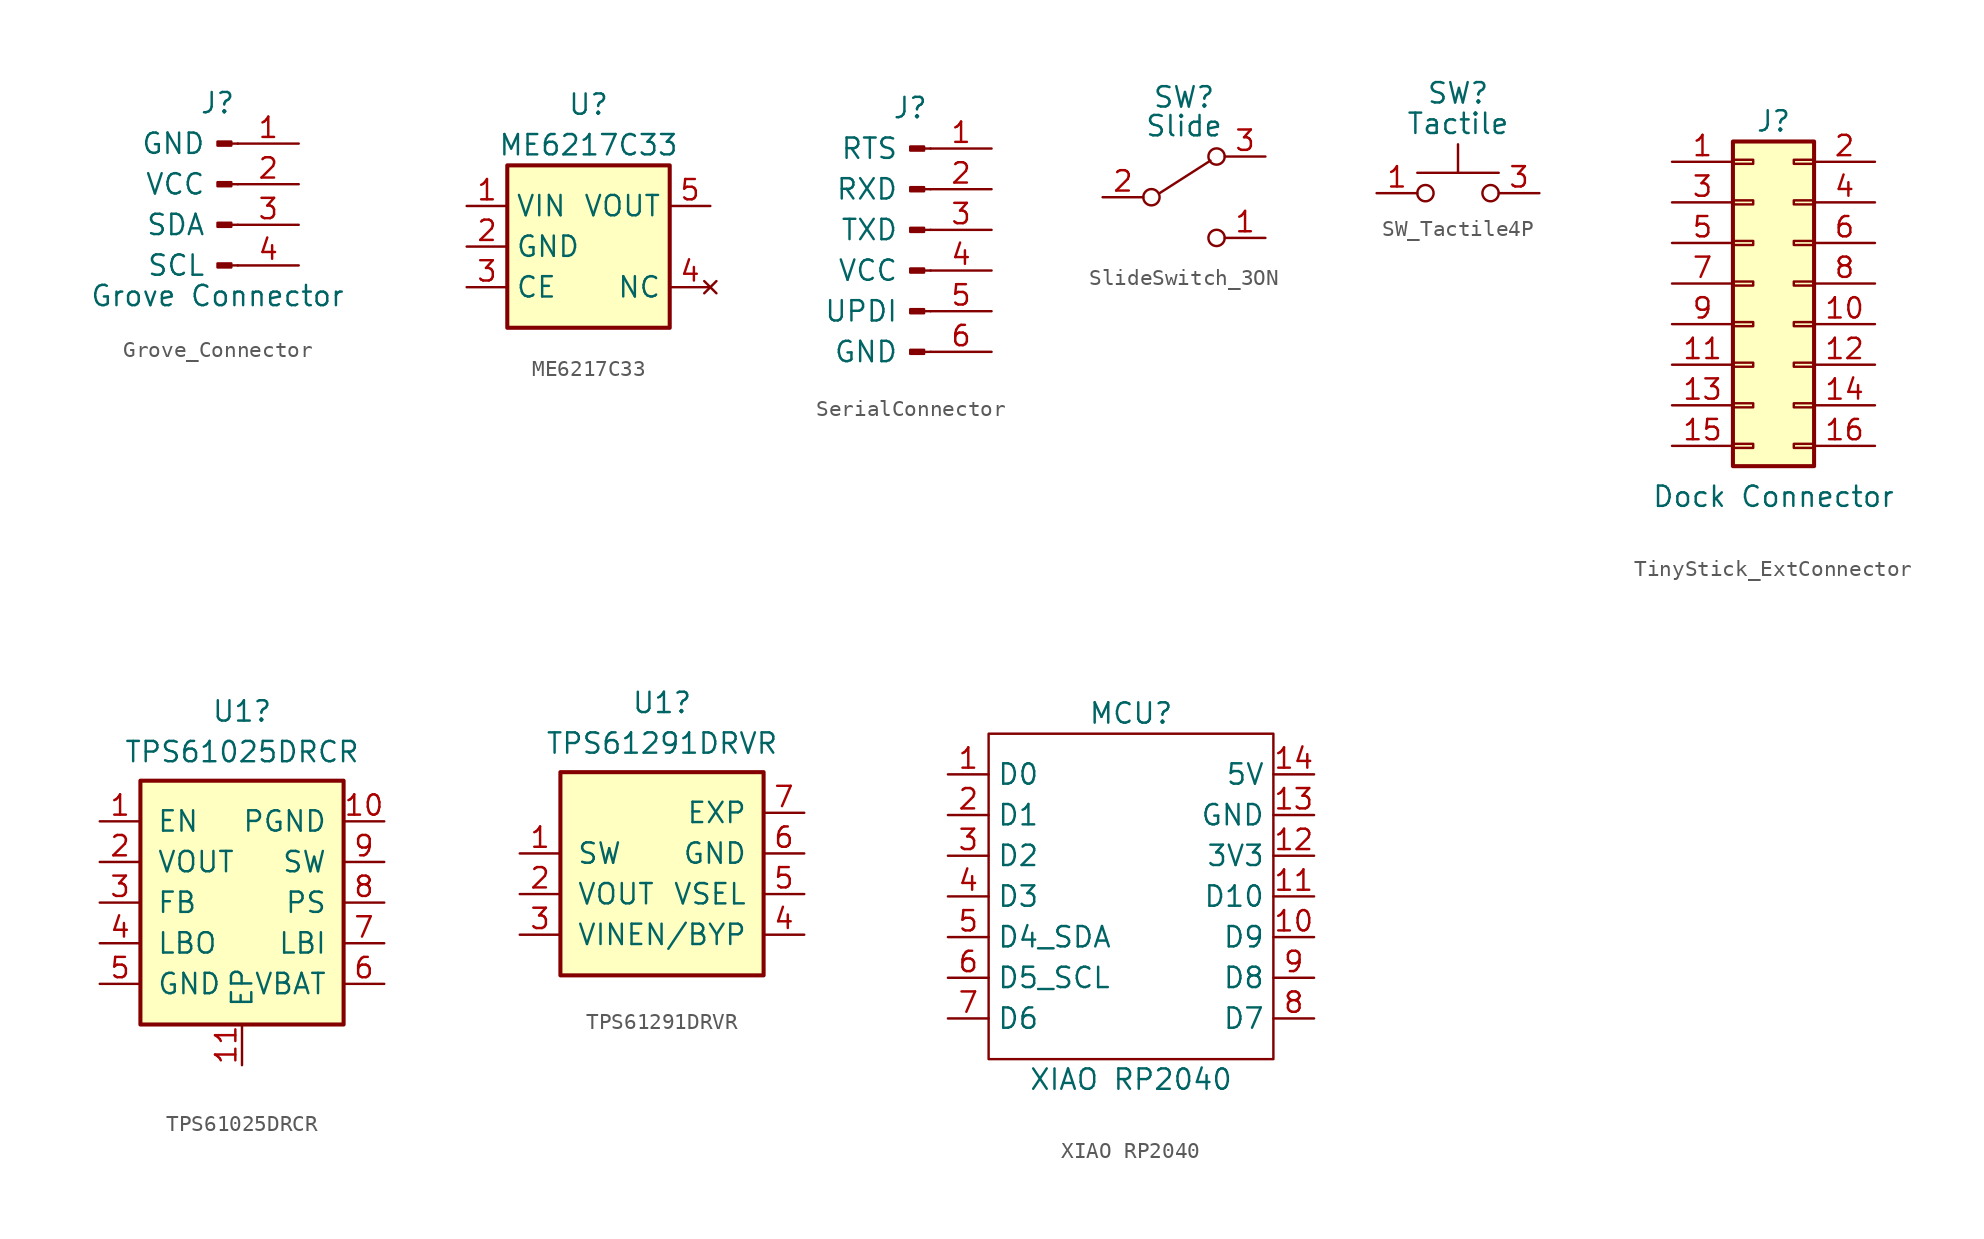
<source format=kicad_sym>
(kicad_symbol_lib
  (version 20220914)
  (generator kicad_symbol_editor)
  (symbol "Grove_Connector"
    (pin_names
      (offset 2))
    (property "Reference" "J"
      (at 0 5.08 0)
      (effects (font (size 1.27 1.27))))
    (property "Value" "Grove Connector"
      (at 0 -6.985 0)
      (effects (font (size 1.27 1.27))))
    (symbol "Grove_Connector_1_1"
      (polyline (pts (xy 1.27 -5.08) (xy 0.864 -5.08)) (stroke (width 0.152) (type default)) (fill (type none)))
      (polyline (pts (xy 1.27 -2.54) (xy 0.864 -2.54)) (stroke (width 0.152) (type default)) (fill (type none)))
      (polyline (pts (xy 1.27 0) (xy 0.864 0)) (stroke (width 0.152) (type default)) (fill (type none)))
      (polyline (pts (xy 1.27 2.54) (xy 0.864 2.54)) (stroke (width 0.152) (type default)) (fill (type none)))
      (rectangle (start 0 2.667) (end 0.864 2.413) (stroke (width 0.152) (type default)) (fill (type outline)))
      (rectangle (start 0.864 -4.953) (end 0 -5.207) (stroke (width 0.152) (type default)) (fill (type outline)))
      (rectangle (start 0.864 -2.413) (end 0 -2.667) (stroke (width 0.152) (type default)) (fill (type outline)))
      (rectangle (start 0.864 0.127) (end 0 -0.127) (stroke (width 0.152) (type default)) (fill (type outline)))
      (pin power_out line (at 5.08 2.54 180) (length 3.81) (name "GND" (effects (font (size 1.27 1.27)))) (number "1" (effects (font (size 1.27 1.27)))))
      (pin power_out line (at 5.08 0 180) (length 3.81) (name "VCC" (effects (font (size 1.27 1.27)))) (number "2" (effects (font (size 1.27 1.27)))))
      (pin bidirectional line (at 5.08 -2.54 180) (length 3.81) (name "SDA" (effects (font (size 1.27 1.27)))) (number "3" (effects (font (size 1.27 1.27)))))
      (pin output line (at 5.08 -5.08 180) (length 3.81) (name "SCL" (effects (font (size 1.27 1.27)))) (number "4" (effects (font (size 1.27 1.27)))))))
  (symbol "ME6217C33"
    (property "Reference" "U"
      (at 0 8.89 0)
      (effects (font (size 1.27 1.27))))
    (property "Value" "ME6217C33"
      (at 0 6.35 0)
      (effects (font (size 1.27 1.27))))
    (symbol "ME6217C33_0_1"
      (rectangle (start -5.08 5.08) (end 5.08 -5.08) (stroke (width 0.254) (type default)) (fill (type background))))
    (symbol "ME6217C33_1_1"
      (pin power_in line (at -7.62 2.54 0) (length 2.54) (name "VIN" (effects (font (size 1.27 1.27)))) (number "1" (effects (font (size 1.27 1.27)))))
      (pin power_in line (at -7.62 0 0) (length 2.54) (name "GND" (effects (font (size 1.27 1.27)))) (number "2" (effects (font (size 1.27 1.27)))))
      (pin input line (at -7.62 -2.54 0) (length 2.54) (name "CE" (effects (font (size 1.27 1.27)))) (number "3" (effects (font (size 1.27 1.27)))))
      (pin no_connect line (at 7.62 -2.54 180) (length 2.54) (name "NC" (effects (font (size 1.27 1.27)))) (number "4" (effects (font (size 1.27 1.27)))))
      (pin power_out line (at 7.62 2.54 180) (length 2.54) (name "VOUT" (effects (font (size 1.27 1.27)))) (number "5" (effects (font (size 1.27 1.27)))))))
  (symbol "SerialConnector"
    (pin_names
      (offset 2))
    (property "Reference" "J"
      (at 0 7.62 0)
      (effects (font (size 1.27 1.27))))
    (symbol "SerialConnector_1_1"
      (polyline (pts (xy 1.27 -7.62) (xy 0.864 -7.62)) (stroke (width 0.152) (type default)) (fill (type none)))
      (polyline (pts (xy 1.27 -5.08) (xy 0.864 -5.08)) (stroke (width 0.152) (type default)) (fill (type none)))
      (polyline (pts (xy 1.27 -2.54) (xy 0.864 -2.54)) (stroke (width 0.152) (type default)) (fill (type none)))
      (polyline (pts (xy 1.27 0) (xy 0.864 0)) (stroke (width 0.152) (type default)) (fill (type none)))
      (polyline (pts (xy 1.27 2.54) (xy 0.864 2.54)) (stroke (width 0.152) (type default)) (fill (type none)))
      (polyline (pts (xy 1.27 5.08) (xy 0.864 5.08)) (stroke (width 0.152) (type default)) (fill (type none)))
      (rectangle (start 0.864 -7.493) (end 0 -7.747) (stroke (width 0.152) (type default)) (fill (type outline)))
      (rectangle (start 0.864 -4.953) (end 0 -5.207) (stroke (width 0.152) (type default)) (fill (type outline)))
      (rectangle (start 0.864 -2.413) (end 0 -2.667) (stroke (width 0.152) (type default)) (fill (type outline)))
      (rectangle (start 0.864 0.127) (end 0 -0.127) (stroke (width 0.152) (type default)) (fill (type outline)))
      (rectangle (start 0.864 2.667) (end 0 2.413) (stroke (width 0.152) (type default)) (fill (type outline)))
      (rectangle (start 0.864 5.207) (end 0 4.953) (stroke (width 0.152) (type default)) (fill (type outline)))
      (pin passive line (at 5.08 5.08 180) (length 3.81) (name "RTS" (effects (font (size 1.27 1.27)))) (number "1" (effects (font (size 1.27 1.27)))))
      (pin passive line (at 5.08 2.54 180) (length 3.81) (name "RXD" (effects (font (size 1.27 1.27)))) (number "2" (effects (font (size 1.27 1.27)))))
      (pin passive line (at 5.08 0 180) (length 3.81) (name "TXD" (effects (font (size 1.27 1.27)))) (number "3" (effects (font (size 1.27 1.27)))))
      (pin passive line (at 5.08 -2.54 180) (length 3.81) (name "VCC" (effects (font (size 1.27 1.27)))) (number "4" (effects (font (size 1.27 1.27)))))
      (pin passive line (at 5.08 -5.08 180) (length 3.81) (name "UPDI" (effects (font (size 1.27 1.27)))) (number "5" (effects (font (size 1.27 1.27)))))
      (pin passive line (at 5.08 -7.62 180) (length 3.81) (name "GND" (effects (font (size 1.27 1.27)))) (number "6" (effects (font (size 1.27 1.27)))))))
  (symbol "SlideSwitch_3ON"
    (pin_names
      (offset 0) hide)
    (property "Reference" "SW"
      (at 0 6.985 0)
      (effects (font (size 1.27 1.27)) (justify top)))
    (property "Value" "Slide"
      (at 0 4.445 0)
      (effects (font (size 1.27 1.27))))
    (symbol "SlideSwitch_3ON_0_0"
      (circle (center -2.032 0) (radius 0.508) (stroke (width 0) (type default)) (fill (type none)))
      (circle (center 2.032 -2.54) (radius 0.508) (stroke (width 0) (type default)) (fill (type none))))
    (symbol "SlideSwitch_3ON_0_1"
      (polyline (pts (xy -1.524 0.254) (xy 1.651 2.286)) (stroke (width 0) (type default)) (fill (type none)))
      (circle (center 2.032 2.54) (radius 0.508) (stroke (width 0) (type default)) (fill (type none))))
    (symbol "SlideSwitch_3ON_1_1"
      (pin passive line (at 5.08 -2.54 180) (length 2.54) (name "C" (effects (font (size 1.27 1.27)))) (number "1" (effects (font (size 1.27 1.27)))))
      (pin passive line (at -5.08 0 0) (length 2.54) (name "B" (effects (font (size 1.27 1.27)))) (number "2" (effects (font (size 1.27 1.27)))))
      (pin passive line (at 5.08 2.54 180) (length 2.54) (name "A" (effects (font (size 1.27 1.27)))) (number "3" (effects (font (size 1.27 1.27)))))))
  (symbol "SW_Tactile4P"
    (pin_names
      (offset 1.016) hide)
    (property "Reference" "SW"
      (at 0 6.985 0)
      (effects (font (size 1.27 1.27)) (justify top)))
    (property "Value" "Tactile"
      (at 0 5.08 0)
      (effects (font (size 1.27 1.27)) (justify top)))
    (symbol "SW_Tactile4P_0_1"
      (circle (center -2.032 0) (radius 0.508) (stroke (width 0) (type default)) (fill (type none)))
      (polyline (pts (xy 0 1.27) (xy 0 3.048)) (stroke (width 0) (type default)) (fill (type none)))
      (polyline (pts (xy 2.54 1.27) (xy -2.54 1.27)) (stroke (width 0) (type default)) (fill (type none)))
      (circle (center 2.032 0) (radius 0.508) (stroke (width 0) (type default)) (fill (type none)))
      (pin passive line (at -5.08 0 0) (length 2.54) (name "1" (effects (font (size 1.27 1.27)))) (number "1" (effects (font (size 1.27 1.27))))))
    (symbol "SW_Tactile4P_1_1"
      (pin passive line (at -5.08 0 0) (length 1.9) hide (name "2" (effects (font (size 1.27 1.27)))) (number "2" (effects (font (size 1.27 1.27)))))
      (pin passive line (at 5.08 0 180) (length 2.54) (name "3" (effects (font (size 1.27 1.27)))) (number "3" (effects (font (size 1.27 1.27)))))
      (pin passive line (at 5.08 0 180) (length 1.9) hide (name "4" (effects (font (size 1.27 1.27)))) (number "4" (effects (font (size 1.27 1.27)))))))
  (symbol "TinyStick_ExtConnector"
    (pin_names
      (offset 1.016) hide)
    (property "Reference" "J"
      (at 0 11.43 0)
      (effects (font (size 1.27 1.27))))
    (property "Value" "Dock Connector"
      (at 0 -12.065 0)
      (effects (font (size 1.27 1.27))))
    (symbol "TinyStick_ExtConnector_1_1"
      (rectangle (start -2.54 -8.763) (end -1.27 -9.017) (stroke (width 0.152) (type default)) (fill (type none)))
      (rectangle (start -2.54 -6.223) (end -1.27 -6.477) (stroke (width 0.152) (type default)) (fill (type none)))
      (rectangle (start -2.54 -3.683) (end -1.27 -3.937) (stroke (width 0.152) (type default)) (fill (type none)))
      (rectangle (start -2.54 -1.143) (end -1.27 -1.397) (stroke (width 0.152) (type default)) (fill (type none)))
      (rectangle (start -2.54 1.397) (end -1.27 1.143) (stroke (width 0.152) (type default)) (fill (type none)))
      (rectangle (start -2.54 3.937) (end -1.27 3.683) (stroke (width 0.152) (type default)) (fill (type none)))
      (rectangle (start -2.54 6.477) (end -1.27 6.223) (stroke (width 0.152) (type default)) (fill (type none)))
      (rectangle (start -2.54 9.017) (end -1.27 8.763) (stroke (width 0.152) (type default)) (fill (type none)))
      (rectangle (start -2.54 10.16) (end 2.54 -10.16) (stroke (width 0.254) (type default)) (fill (type background)))
      (rectangle (start 2.54 -8.763) (end 1.27 -9.017) (stroke (width 0.152) (type default)) (fill (type none)))
      (rectangle (start 2.54 -6.223) (end 1.27 -6.477) (stroke (width 0.152) (type default)) (fill (type none)))
      (rectangle (start 2.54 -3.683) (end 1.27 -3.937) (stroke (width 0.152) (type default)) (fill (type none)))
      (rectangle (start 2.54 -1.143) (end 1.27 -1.397) (stroke (width 0.152) (type default)) (fill (type none)))
      (rectangle (start 2.54 1.397) (end 1.27 1.143) (stroke (width 0.152) (type default)) (fill (type none)))
      (rectangle (start 2.54 3.937) (end 1.27 3.683) (stroke (width 0.152) (type default)) (fill (type none)))
      (rectangle (start 2.54 6.477) (end 1.27 6.223) (stroke (width 0.152) (type default)) (fill (type none)))
      (rectangle (start 2.54 9.017) (end 1.27 8.763) (stroke (width 0.152) (type default)) (fill (type none)))
      (pin passive line (at -6.35 8.89 0) (length 3.81) (name "Pin_1" (effects (font (size 1.27 1.27)))) (number "1" (effects (font (size 1.27 1.27)))))
      (pin passive line (at 6.35 -1.27 180) (length 3.81) (name "Pin_10" (effects (font (size 1.27 1.27)))) (number "10" (effects (font (size 1.27 1.27)))))
      (pin passive line (at -6.35 -3.81 0) (length 3.81) (name "Pin_11" (effects (font (size 1.27 1.27)))) (number "11" (effects (font (size 1.27 1.27)))))
      (pin passive line (at 6.35 -3.81 180) (length 3.81) (name "Pin_12" (effects (font (size 1.27 1.27)))) (number "12" (effects (font (size 1.27 1.27)))))
      (pin passive line (at -6.35 -6.35 0) (length 3.81) (name "Pin_13" (effects (font (size 1.27 1.27)))) (number "13" (effects (font (size 1.27 1.27)))))
      (pin passive line (at 6.35 -6.35 180) (length 3.81) (name "Pin_14" (effects (font (size 1.27 1.27)))) (number "14" (effects (font (size 1.27 1.27)))))
      (pin passive line (at -6.35 -8.89 0) (length 3.81) (name "Pin_15" (effects (font (size 1.27 1.27)))) (number "15" (effects (font (size 1.27 1.27)))))
      (pin passive line (at 6.35 -8.89 180) (length 3.81) (name "Pin_16" (effects (font (size 1.27 1.27)))) (number "16" (effects (font (size 1.27 1.27)))))
      (pin passive line (at 6.35 8.89 180) (length 3.81) (name "Pin_2" (effects (font (size 1.27 1.27)))) (number "2" (effects (font (size 1.27 1.27)))))
      (pin passive line (at -6.35 6.35 0) (length 3.81) (name "Pin_3" (effects (font (size 1.27 1.27)))) (number "3" (effects (font (size 1.27 1.27)))))
      (pin passive line (at 6.35 6.35 180) (length 3.81) (name "Pin_4" (effects (font (size 1.27 1.27)))) (number "4" (effects (font (size 1.27 1.27)))))
      (pin passive line (at -6.35 3.81 0) (length 3.81) (name "Pin_5" (effects (font (size 1.27 1.27)))) (number "5" (effects (font (size 1.27 1.27)))))
      (pin passive line (at 6.35 3.81 180) (length 3.81) (name "Pin_6" (effects (font (size 1.27 1.27)))) (number "6" (effects (font (size 1.27 1.27)))))
      (pin passive line (at -6.35 1.27 0) (length 3.81) (name "Pin_7" (effects (font (size 1.27 1.27)))) (number "7" (effects (font (size 1.27 1.27)))))
      (pin passive line (at 6.35 1.27 180) (length 3.81) (name "Pin_8" (effects (font (size 1.27 1.27)))) (number "8" (effects (font (size 1.27 1.27)))))
      (pin passive line (at -6.35 -1.27 0) (length 3.81) (name "Pin_9" (effects (font (size 1.27 1.27)))) (number "9" (effects (font (size 1.27 1.27)))))))
  (symbol "TPS61025DRCR"
    (pin_names
      (offset 1.016))
    (property "Reference" "U1"
      (at 0 12.7 0)
      (effects (font (size 1.27 1.27)) (justify top)))
    (property "Value" "TPS61025DRCR"
      (at 0 10.16 0)
      (effects (font (size 1.27 1.27)) (justify top)))
    (symbol "TPS61025DRCR_1_0"
      (rectangle (start -6.35 7.62) (end 6.35 -7.62) (stroke (width 0.254) (type default)) (fill (type background)))
      (pin input line (at -8.89 5.08 0) (length 2.54) (name "EN" (effects (font (size 1.27 1.27)))) (number "1" (effects (font (size 1.27 1.27)))))
      (pin power_in line (at 8.89 5.08 180) (length 2.54) (name "PGND" (effects (font (size 1.27 1.27)))) (number "10" (effects (font (size 1.27 1.27)))))
      (pin power_in line (at 0 -10.16 90) (length 2.54) (name "EP" (effects (font (size 1.27 1.27)))) (number "11" (effects (font (size 1.27 1.27)))))
      (pin output line (at -8.89 2.54 0) (length 2.54) (name "VOUT" (effects (font (size 1.27 1.27)))) (number "2" (effects (font (size 1.27 1.27)))))
      (pin input line (at -8.89 0 0) (length 2.54) (name "FB" (effects (font (size 1.27 1.27)))) (number "3" (effects (font (size 1.27 1.27)))))
      (pin output line (at -8.89 -2.54 0) (length 2.54) (name "LBO" (effects (font (size 1.27 1.27)))) (number "4" (effects (font (size 1.27 1.27)))))
      (pin power_in line (at -8.89 -5.08 0) (length 2.54) (name "GND" (effects (font (size 1.27 1.27)))) (number "5" (effects (font (size 1.27 1.27)))))
      (pin power_in line (at 8.89 -5.08 180) (length 2.54) (name "VBAT" (effects (font (size 1.27 1.27)))) (number "6" (effects (font (size 1.27 1.27)))))
      (pin input line (at 8.89 -2.54 180) (length 2.54) (name "LBI" (effects (font (size 1.27 1.27)))) (number "7" (effects (font (size 1.27 1.27)))))
      (pin input line (at 8.89 0 180) (length 2.54) (name "PS" (effects (font (size 1.27 1.27)))) (number "8" (effects (font (size 1.27 1.27)))))
      (pin input line (at 8.89 2.54 180) (length 2.54) (name "SW" (effects (font (size 1.27 1.27)))) (number "9" (effects (font (size 1.27 1.27)))))))
  (symbol "TPS61291DRVR"
    (pin_names
      (offset 1.016))
    (property "Reference" "U1"
      (at 0 12.7 0)
      (effects (font (size 1.27 1.27)) (justify top)))
    (property "Value" "TPS61291DRVR"
      (at 0 10.16 0)
      (effects (font (size 1.27 1.27)) (justify top)))
    (symbol "TPS61291DRVR_1_0"
      (rectangle (start -6.35 7.62) (end 6.35 -5.08) (stroke (width 0.254) (type default)) (fill (type background)))
      (pin input line (at -8.89 2.54 0) (length 2.54) (name "SW" (effects (font (size 1.27 1.27)))) (number "1" (effects (font (size 1.27 1.27)))))
      (pin output line (at -8.89 0 0) (length 2.54) (name "VOUT" (effects (font (size 1.27 1.27)))) (number "2" (effects (font (size 1.27 1.27)))))
      (pin input line (at -8.89 -2.54 0) (length 2.54) (name "VIN" (effects (font (size 1.27 1.27)))) (number "3" (effects (font (size 1.27 1.27)))))
      (pin input line (at 8.89 -2.54 180) (length 2.54) (name "EN/BYP" (effects (font (size 1.27 1.27)))) (number "4" (effects (font (size 1.27 1.27)))))
      (pin input line (at 8.89 0 180) (length 2.54) (name "VSEL" (effects (font (size 1.27 1.27)))) (number "5" (effects (font (size 1.27 1.27)))))
      (pin power_in line (at 8.89 2.54 180) (length 2.54) (name "GND" (effects (font (size 1.27 1.27)))) (number "6" (effects (font (size 1.27 1.27)))))
      (pin power_in line (at 8.89 5.08 180) (length 2.54) (name "EXP" (effects (font (size 1.27 1.27)))) (number "7" (effects (font (size 1.27 1.27)))))))
  (symbol "XIAO RP2040"
    (property "Reference" "MCU"
      (at 0 11.43 0)
      (effects (font (size 1.27 1.27))))
    (property "Value" "XIAO RP2040"
      (at 0 -11.43 0)
      (effects (font (size 1.27 1.27))))
    (symbol "XIAO RP2040_0_1"
      (rectangle (start -8.89 10.16) (end 8.89 -10.16) (stroke (width 0) (type default)) (fill (type none))))
    (symbol "XIAO RP2040_1_1"
      (pin passive line (at -11.43 7.62 0) (length 2.54) (name "D0" (effects (font (size 1.27 1.27)))) (number "1" (effects (font (size 1.27 1.27)))))
      (pin passive line (at 11.43 -2.54 180) (length 2.54) (name "D9" (effects (font (size 1.27 1.27)))) (number "10" (effects (font (size 1.27 1.27)))))
      (pin passive line (at 11.43 0 180) (length 2.54) (name "D10" (effects (font (size 1.27 1.27)))) (number "11" (effects (font (size 1.27 1.27)))))
      (pin passive line (at 11.43 2.54 180) (length 2.54) (name "3V3" (effects (font (size 1.27 1.27)))) (number "12" (effects (font (size 1.27 1.27)))))
      (pin passive line (at 11.43 5.08 180) (length 2.54) (name "GND" (effects (font (size 1.27 1.27)))) (number "13" (effects (font (size 1.27 1.27)))))
      (pin passive line (at 11.43 7.62 180) (length 2.54) (name "5V" (effects (font (size 1.27 1.27)))) (number "14" (effects (font (size 1.27 1.27)))))
      (pin passive line (at -11.43 5.08 0) (length 2.54) (name "D1" (effects (font (size 1.27 1.27)))) (number "2" (effects (font (size 1.27 1.27)))))
      (pin passive line (at -11.43 2.54 0) (length 2.54) (name "D2" (effects (font (size 1.27 1.27)))) (number "3" (effects (font (size 1.27 1.27)))))
      (pin passive line (at -11.43 0 0) (length 2.54) (name "D3" (effects (font (size 1.27 1.27)))) (number "4" (effects (font (size 1.27 1.27)))))
      (pin passive line (at -11.43 -2.54 0) (length 2.54) (name "D4_SDA" (effects (font (size 1.27 1.27)))) (number "5" (effects (font (size 1.27 1.27)))))
      (pin passive line (at -11.43 -5.08 0) (length 2.54) (name "D5_SCL" (effects (font (size 1.27 1.27)))) (number "6" (effects (font (size 1.27 1.27)))))
      (pin passive line (at -11.43 -7.62 0) (length 2.54) (name "D6" (effects (font (size 1.27 1.27)))) (number "7" (effects (font (size 1.27 1.27)))))
      (pin passive line (at 11.43 -7.62 180) (length 2.54) (name "D7" (effects (font (size 1.27 1.27)))) (number "8" (effects (font (size 1.27 1.27)))))
      (pin passive line (at 11.43 -5.08 180) (length 2.54) (name "D8" (effects (font (size 1.27 1.27)))) (number "9" (effects (font (size 1.27 1.27))))))))
</source>
